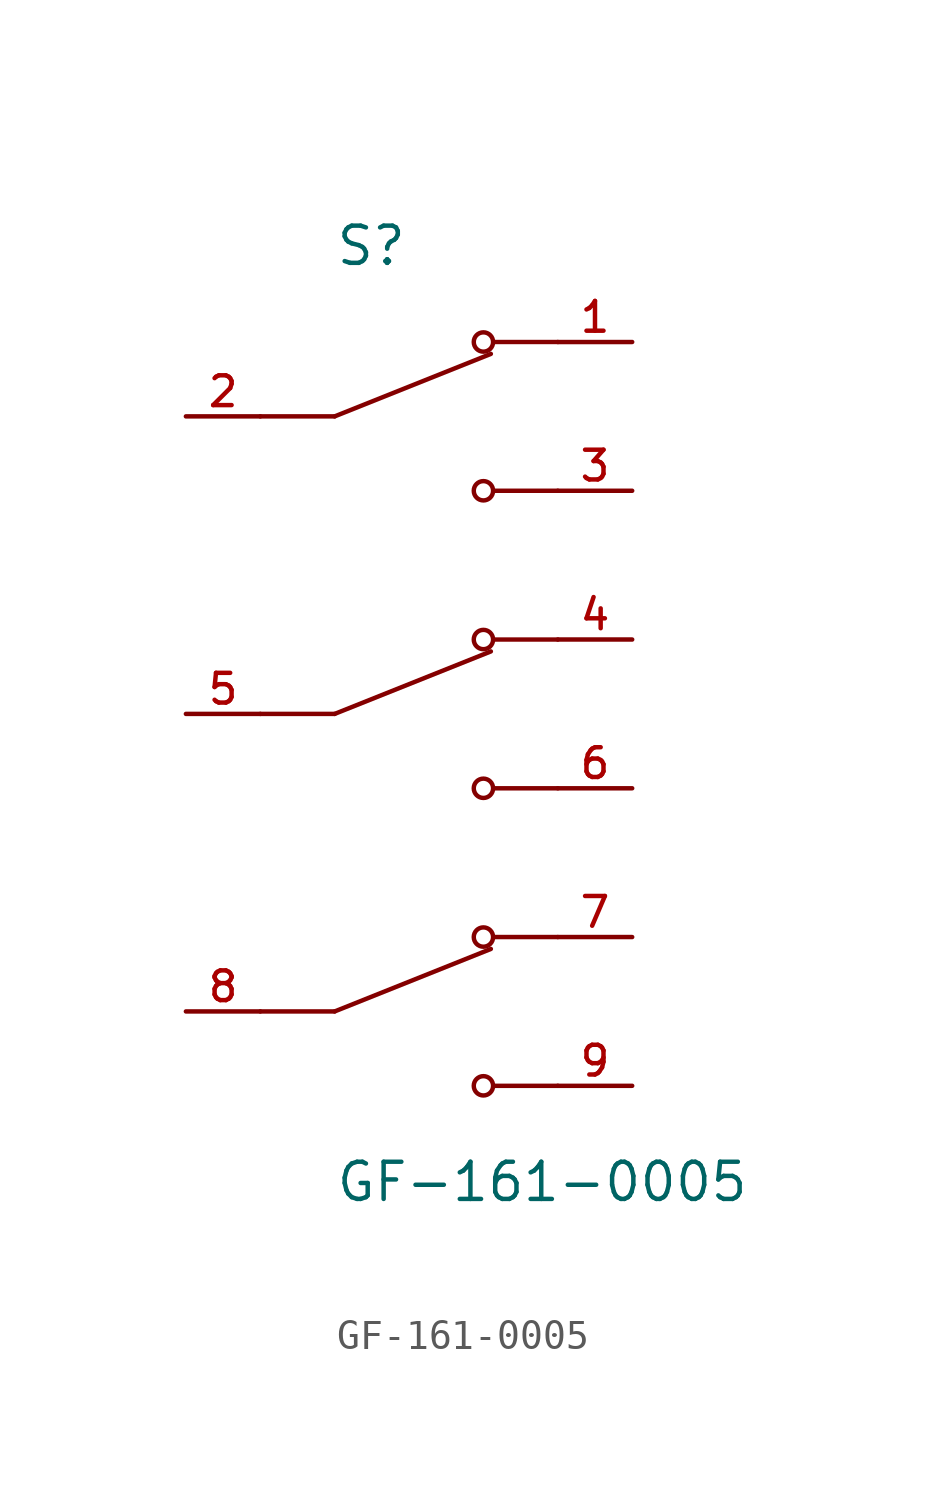
<source format=kicad_sym>
(kicad_symbol_lib
  (version 20211014)
  (generator kicad_symbol_editor)
  (symbol "GF-161-0005"
    (pin_names
      (offset 1.016))
    (property "Reference" "S"
      (at -2.54 15.24 0)
      (effects (font (size 1.27 1.27)) (justify bottom left)))
    (property "Value" "GF-161-0005"
      (at -2.54 -15.24 0)
      (effects (font (size 1.27 1.27)) (justify top left)))
    (symbol "GF-161-0005_0_0"
      (polyline (pts (xy -2.54 10.16) (xy 2.794 12.294)) (stroke (width 0.152)))
      (circle (center 2.54 12.7) (radius 0.33) (stroke (width 0.152)) (fill (type none)))
      (circle (center 2.54 7.62) (radius 0.33) (stroke (width 0.152)) (fill (type none)))
      (polyline (pts (xy 5.08 7.62) (xy 2.921 7.62)) (stroke (width 0.152)))
      (polyline (pts (xy 5.08 12.7) (xy 2.921 12.7)) (stroke (width 0.152)))
      (polyline (pts (xy -2.54 10.16) (xy -5.08 10.16)) (stroke (width 0.152)))
      (polyline (pts (xy -2.54 0.0) (xy 2.794 2.134)) (stroke (width 0.152)))
      (circle (center 2.54 2.54) (radius 0.33) (stroke (width 0.152)) (fill (type none)))
      (circle (center 2.54 -2.54) (radius 0.33) (stroke (width 0.152)) (fill (type none)))
      (polyline (pts (xy 5.08 -2.54) (xy 2.921 -2.54)) (stroke (width 0.152)))
      (polyline (pts (xy 5.08 2.54) (xy 2.921 2.54)) (stroke (width 0.152)))
      (polyline (pts (xy -2.54 0.0) (xy -5.08 0.0)) (stroke (width 0.152)))
      (polyline (pts (xy -2.54 -10.16) (xy 2.794 -8.026)) (stroke (width 0.152)))
      (circle (center 2.54 -7.62) (radius 0.33) (stroke (width 0.152)) (fill (type none)))
      (circle (center 2.54 -12.7) (radius 0.33) (stroke (width 0.152)) (fill (type none)))
      (polyline (pts (xy 5.08 -12.7) (xy 2.921 -12.7)) (stroke (width 0.152)))
      (polyline (pts (xy 5.08 -7.62) (xy 2.921 -7.62)) (stroke (width 0.152)))
      (polyline (pts (xy -2.54 -10.16) (xy -5.08 -10.16)) (stroke (width 0.152)))
      (pin passive line (at 7.62 12.7 180.0) (length 2.54) (name "~" (effects (font (size 1.016 1.016)))) (number "1" (effects (font (size 1.016 1.016)))))
      (pin passive line (at -7.62 10.16 0) (length 2.54) (name "~" (effects (font (size 1.016 1.016)))) (number "2" (effects (font (size 1.016 1.016)))))
      (pin passive line (at 7.62 7.62 180.0) (length 2.54) (name "~" (effects (font (size 1.016 1.016)))) (number "3" (effects (font (size 1.016 1.016)))))
      (pin passive line (at 7.62 2.54 180.0) (length 2.54) (name "~" (effects (font (size 1.016 1.016)))) (number "4" (effects (font (size 1.016 1.016)))))
      (pin passive line (at -7.62 0.0 0) (length 2.54) (name "~" (effects (font (size 1.016 1.016)))) (number "5" (effects (font (size 1.016 1.016)))))
      (pin passive line (at 7.62 -2.54 180.0) (length 2.54) (name "~" (effects (font (size 1.016 1.016)))) (number "6" (effects (font (size 1.016 1.016)))))
      (pin passive line (at 7.62 -7.62 180.0) (length 2.54) (name "~" (effects (font (size 1.016 1.016)))) (number "7" (effects (font (size 1.016 1.016)))))
      (pin passive line (at -7.62 -10.16 0) (length 2.54) (name "~" (effects (font (size 1.016 1.016)))) (number "8" (effects (font (size 1.016 1.016)))))
      (pin passive line (at 7.62 -12.7 180.0) (length 2.54) (name "~" (effects (font (size 1.016 1.016)))) (number "9" (effects (font (size 1.016 1.016))))))))
</source>
